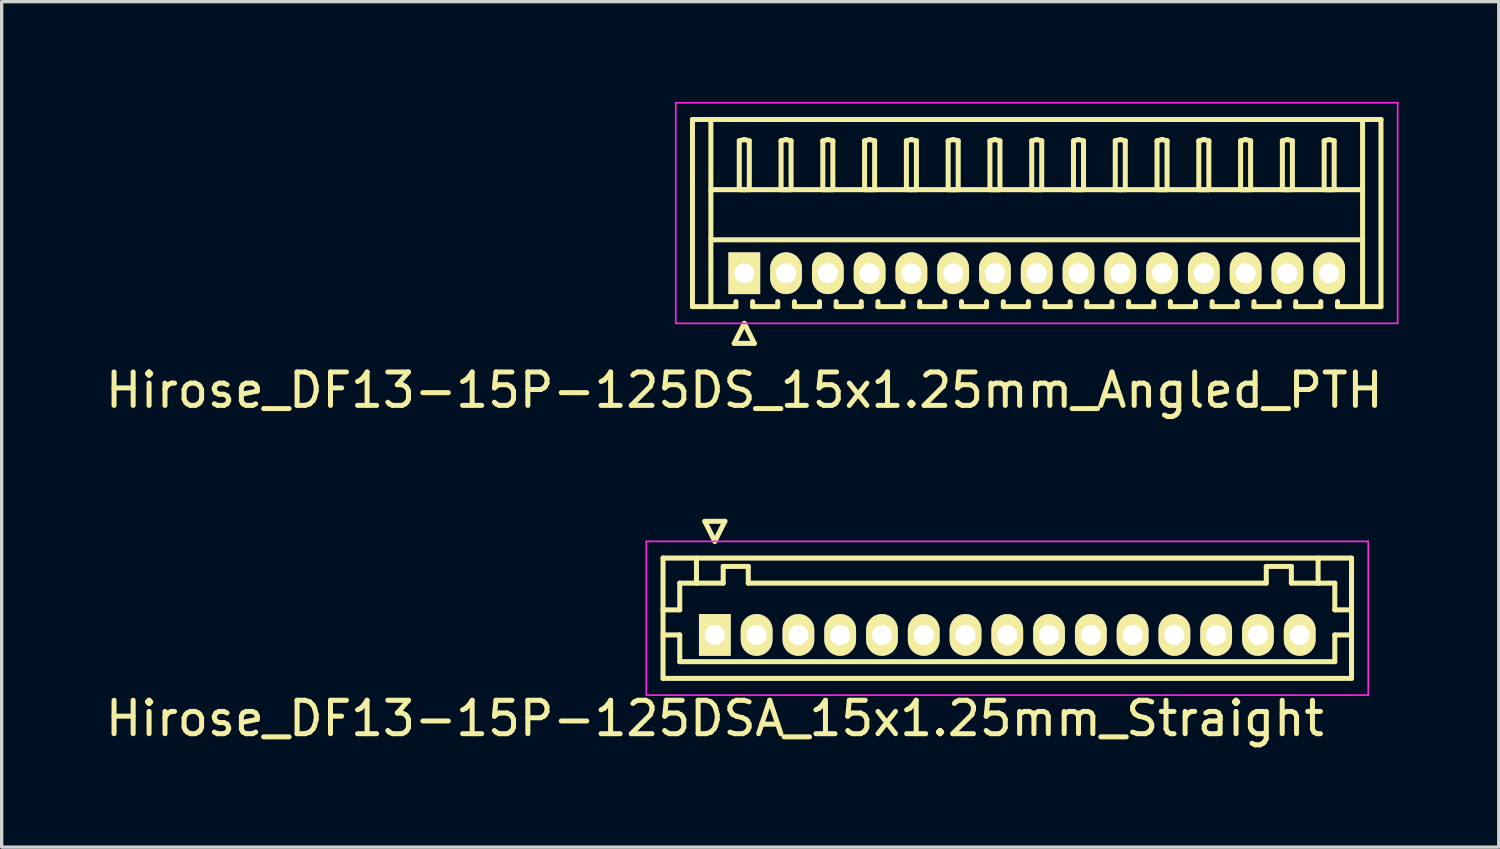
<source format=kicad_pcb>
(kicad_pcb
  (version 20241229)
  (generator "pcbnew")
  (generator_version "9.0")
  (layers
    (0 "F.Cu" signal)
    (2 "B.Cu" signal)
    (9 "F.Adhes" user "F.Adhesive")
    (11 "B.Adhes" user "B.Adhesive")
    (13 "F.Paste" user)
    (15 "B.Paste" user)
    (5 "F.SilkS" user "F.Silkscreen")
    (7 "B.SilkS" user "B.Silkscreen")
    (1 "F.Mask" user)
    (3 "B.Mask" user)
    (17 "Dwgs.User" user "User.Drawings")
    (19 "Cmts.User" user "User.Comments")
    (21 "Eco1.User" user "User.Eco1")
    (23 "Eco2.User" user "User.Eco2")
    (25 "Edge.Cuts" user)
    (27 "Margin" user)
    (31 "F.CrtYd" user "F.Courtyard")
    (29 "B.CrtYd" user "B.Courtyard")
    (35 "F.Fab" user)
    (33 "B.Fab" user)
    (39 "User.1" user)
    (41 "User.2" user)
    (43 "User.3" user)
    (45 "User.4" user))
  (footprint "Hirose_DF13-15P-125DSA_15x1.25mm_Straight"
    (layer "F.Cu")
    (at 18.339 15.948)
    (property "Reference" "Hirose_DF13-15P-125DSA_15x1.25mm_Straight" (at 0 2.5 0) (layer "F.SilkS") (effects (font (size 1 1) (thickness 0.15))))
    (attr through_hole)
    (fp_line (start -1.55 -2.3) (end -1.55 1.3) (stroke (width 0.15) (type solid)) (layer "F.SilkS"))
    (fp_line (start -1.55 -0.75) (end -1.05 -0.75) (stroke (width 0.15) (type solid)) (layer "F.SilkS"))
    (fp_line (start -1.55 0) (end -1.05 0) (stroke (width 0.15) (type solid)) (layer "F.SilkS"))
    (fp_line (start -1.55 1.3) (end 19.05 1.3) (stroke (width 0.15) (type solid)) (layer "F.SilkS"))
    (fp_line (start -1.05 -1.55) (end -0.55 -1.55) (stroke (width 0.15) (type solid)) (layer "F.SilkS"))
    (fp_line (start -1.05 -0.75) (end -1.05 -1.55) (stroke (width 0.15) (type solid)) (layer "F.SilkS"))
    (fp_line (start -1.05 0) (end -1.05 0.8) (stroke (width 0.15) (type solid)) (layer "F.SilkS"))
    (fp_line (start -1.05 0.8) (end 18.55 0.8) (stroke (width 0.15) (type solid)) (layer "F.SilkS"))
    (fp_line (start -0.55 -1.55) (end -0.55 -2.3) (stroke (width 0.15) (type solid)) (layer "F.SilkS"))
    (fp_line (start -0.55 -1.55) (end 0.25 -1.55) (stroke (width 0.15) (type solid)) (layer "F.SilkS"))
    (fp_line (start -0.3 -3.4) (end 0.3 -3.4) (stroke (width 0.15) (type solid)) (layer "F.SilkS"))
    (fp_line (start 0 -2.8) (end -0.3 -3.4) (stroke (width 0.15) (type solid)) (layer "F.SilkS"))
    (fp_line (start 0.25 -2.05) (end 1 -2.05) (stroke (width 0.15) (type solid)) (layer "F.SilkS"))
    (fp_line (start 0.25 -1.55) (end 0.25 -2.05) (stroke (width 0.15) (type solid)) (layer "F.SilkS"))
    (fp_line (start 0.3 -3.4) (end 0 -2.8) (stroke (width 0.15) (type solid)) (layer "F.SilkS"))
    (fp_line (start 1 -2.05) (end 1 -1.55) (stroke (width 0.15) (type solid)) (layer "F.SilkS"))
    (fp_line (start 1 -1.55) (end 16.5 -1.55) (stroke (width 0.15) (type solid)) (layer "F.SilkS"))
    (fp_line (start 16.5 -2.05) (end 17.25 -2.05) (stroke (width 0.15) (type solid)) (layer "F.SilkS"))
    (fp_line (start 16.5 -1.55) (end 16.5 -2.05) (stroke (width 0.15) (type solid)) (layer "F.SilkS"))
    (fp_line (start 17.25 -2.05) (end 17.25 -1.55) (stroke (width 0.15) (type solid)) (layer "F.SilkS"))
    (fp_line (start 17.25 -1.55) (end 18.05 -1.55) (stroke (width 0.15) (type solid)) (layer "F.SilkS"))
    (fp_line (start 18.05 -1.55) (end 18.05 -2.3) (stroke (width 0.15) (type solid)) (layer "F.SilkS"))
    (fp_line (start 18.55 -1.55) (end 18.05 -1.55) (stroke (width 0.15) (type solid)) (layer "F.SilkS"))
    (fp_line (start 18.55 -0.75) (end 18.55 -1.55) (stroke (width 0.15) (type solid)) (layer "F.SilkS"))
    (fp_line (start 18.55 0) (end 19.05 0) (stroke (width 0.15) (type solid)) (layer "F.SilkS"))
    (fp_line (start 18.55 0.8) (end 18.55 0) (stroke (width 0.15) (type solid)) (layer "F.SilkS"))
    (fp_line (start 19.05 -2.3) (end -1.55 -2.3) (stroke (width 0.15) (type solid)) (layer "F.SilkS"))
    (fp_line (start 19.05 -0.75) (end 18.55 -0.75) (stroke (width 0.15) (type solid)) (layer "F.SilkS"))
    (fp_line (start 19.05 1.3) (end 19.05 -2.3) (stroke (width 0.15) (type solid)) (layer "F.SilkS"))
    (fp_line (start -2.05 -2.8) (end -2.05 1.8) (stroke (width 0.05) (type solid)) (layer "F.CrtYd"))
    (fp_line (start -2.05 1.8) (end 19.55 1.8) (stroke (width 0.05) (type solid)) (layer "F.CrtYd"))
    (fp_line (start 19.55 -2.8) (end -2.05 -2.8) (stroke (width 0.05) (type solid)) (layer "F.CrtYd"))
    (fp_line (start 19.55 1.8) (end 19.55 -2.8) (stroke (width 0.05) (type solid)) (layer "F.CrtYd"))
    (pad "1" thru_hole rect (at 0 0) (size 0.95 1.25) (drill 0.6) (layers "*.Cu" "*.Mask" "F.SilkS"))
    (pad "2" thru_hole oval (at 1.25 0) (size 0.95 1.25) (drill 0.6) (layers "*.Cu" "*.Mask" "F.SilkS"))
    (pad "3" thru_hole oval (at 2.5 0) (size 0.95 1.25) (drill 0.6) (layers "*.Cu" "*.Mask" "F.SilkS"))
    (pad "4" thru_hole oval (at 3.75 0) (size 0.95 1.25) (drill 0.6) (layers "*.Cu" "*.Mask" "F.SilkS"))
    (pad "5" thru_hole oval (at 5 0) (size 0.95 1.25) (drill 0.6) (layers "*.Cu" "*.Mask" "F.SilkS"))
    (pad "6" thru_hole oval (at 6.25 0) (size 0.95 1.25) (drill 0.6) (layers "*.Cu" "*.Mask" "F.SilkS"))
    (pad "7" thru_hole oval (at 7.5 0) (size 0.95 1.25) (drill 0.6) (layers "*.Cu" "*.Mask" "F.SilkS"))
    (pad "8" thru_hole oval (at 8.75 0) (size 0.95 1.25) (drill 0.6) (layers "*.Cu" "*.Mask" "F.SilkS"))
    (pad "9" thru_hole oval (at 10 0) (size 0.95 1.25) (drill 0.6) (layers "*.Cu" "*.Mask" "F.SilkS"))
    (pad "10" thru_hole oval (at 11.25 0) (size 0.95 1.25) (drill 0.6) (layers "*.Cu" "*.Mask" "F.SilkS"))
    (pad "11" thru_hole oval (at 12.5 0) (size 0.95 1.25) (drill 0.6) (layers "*.Cu" "*.Mask" "F.SilkS"))
    (pad "12" thru_hole oval (at 13.75 0) (size 0.95 1.25) (drill 0.6) (layers "*.Cu" "*.Mask" "F.SilkS"))
    (pad "13" thru_hole oval (at 15 0) (size 0.95 1.25) (drill 0.6) (layers "*.Cu" "*.Mask" "F.SilkS"))
    (pad "14" thru_hole oval (at 16.25 0) (size 0.95 1.25) (drill 0.6) (layers "*.Cu" "*.Mask" "F.SilkS"))
    (pad "15" thru_hole oval (at 17.5 0) (size 0.95 1.25) (drill 0.6) (layers "*.Cu" "*.Mask" "F.SilkS")))
  (footprint "Hirose_DF13-15P-125DS_15x1.25mm_Angled_PTH"
    (layer "F.Cu")
    (at 19.22 5.125)
    (property "Reference" "Hirose_DF13-15P-125DS_15x1.25mm_Angled_PTH" (at 0 3.5 0) (layer "F.SilkS") (effects (font (size 1 1) (thickness 0.15))))
    (attr through_hole)
    (fp_line (start -1.55 -4.6) (end 19.05 -4.6) (stroke (width 0.15) (type solid)) (layer "F.SilkS"))
    (fp_line (start -1.55 1) (end -1.55 -4.6) (stroke (width 0.15) (type solid)) (layer "F.SilkS"))
    (fp_line (start -1 -4.6) (end -1 1) (stroke (width 0.15) (type solid)) (layer "F.SilkS"))
    (fp_line (start -1 -2.5) (end 18.5 -2.5) (stroke (width 0.15) (type solid)) (layer "F.SilkS"))
    (fp_line (start -1 -1) (end 18.5 -1) (stroke (width 0.15) (type solid)) (layer "F.SilkS"))
    (fp_line (start -0.3 2.1) (end 0.3 2.1) (stroke (width 0.15) (type solid)) (layer "F.SilkS"))
    (fp_line (start -0.25 0.85) (end -0.25 1) (stroke (width 0.15) (type solid)) (layer "F.SilkS"))
    (fp_line (start -0.25 1) (end -1.55 1) (stroke (width 0.15) (type solid)) (layer "F.SilkS"))
    (fp_line (start -0.15 -3.962) (end 0 -4) (stroke (width 0.15) (type solid)) (layer "F.SilkS"))
    (fp_line (start -0.15 -2.5) (end -0.15 -3.962) (stroke (width 0.15) (type solid)) (layer "F.SilkS"))
    (fp_line (start 0 -4) (end 0.15 -3.962) (stroke (width 0.15) (type solid)) (layer "F.SilkS"))
    (fp_line (start 0 -2.5) (end -0.15 -2.5) (stroke (width 0.15) (type solid)) (layer "F.SilkS"))
    (fp_line (start 0 1.5) (end -0.3 2.1) (stroke (width 0.15) (type solid)) (layer "F.SilkS"))
    (fp_line (start 0.15 -3.962) (end 0.15 -2.5) (stroke (width 0.15) (type solid)) (layer "F.SilkS"))
    (fp_line (start 0.15 -2.5) (end 0 -2.5) (stroke (width 0.15) (type solid)) (layer "F.SilkS"))
    (fp_line (start 0.25 0.85) (end 0.25 1) (stroke (width 0.15) (type solid)) (layer "F.SilkS"))
    (fp_line (start 0.25 1) (end 1 1) (stroke (width 0.15) (type solid)) (layer "F.SilkS"))
    (fp_line (start 0.3 2.1) (end 0 1.5) (stroke (width 0.15) (type solid)) (layer "F.SilkS"))
    (fp_line (start 1 1) (end 1 0.85) (stroke (width 0.15) (type solid)) (layer "F.SilkS"))
    (fp_line (start 1.1 -3.962) (end 1.25 -4) (stroke (width 0.15) (type solid)) (layer "F.SilkS"))
    (fp_line (start 1.1 -2.5) (end 1.1 -3.962) (stroke (width 0.15) (type solid)) (layer "F.SilkS"))
    (fp_line (start 1.25 -4) (end 1.4 -3.962) (stroke (width 0.15) (type solid)) (layer "F.SilkS"))
    (fp_line (start 1.25 -2.5) (end 1.1 -2.5) (stroke (width 0.15) (type solid)) (layer "F.SilkS"))
    (fp_line (start 1.4 -3.962) (end 1.4 -2.5) (stroke (width 0.15) (type solid)) (layer "F.SilkS"))
    (fp_line (start 1.4 -2.5) (end 1.25 -2.5) (stroke (width 0.15) (type solid)) (layer "F.SilkS"))
    (fp_line (start 1.5 0.85) (end 1.5 1) (stroke (width 0.15) (type solid)) (layer "F.SilkS"))
    (fp_line (start 1.5 1) (end 2.25 1) (stroke (width 0.15) (type solid)) (layer "F.SilkS"))
    (fp_line (start 2.25 1) (end 2.25 0.85) (stroke (width 0.15) (type solid)) (layer "F.SilkS"))
    (fp_line (start 2.35 -3.962) (end 2.5 -4) (stroke (width 0.15) (type solid)) (layer "F.SilkS"))
    (fp_line (start 2.35 -2.5) (end 2.35 -3.962) (stroke (width 0.15) (type solid)) (layer "F.SilkS"))
    (fp_line (start 2.5 -4) (end 2.65 -3.962) (stroke (width 0.15) (type solid)) (layer "F.SilkS"))
    (fp_line (start 2.5 -2.5) (end 2.35 -2.5) (stroke (width 0.15) (type solid)) (layer "F.SilkS"))
    (fp_line (start 2.65 -3.962) (end 2.65 -2.5) (stroke (width 0.15) (type solid)) (layer "F.SilkS"))
    (fp_line (start 2.65 -2.5) (end 2.5 -2.5) (stroke (width 0.15) (type solid)) (layer "F.SilkS"))
    (fp_line (start 2.75 0.85) (end 2.75 1) (stroke (width 0.15) (type solid)) (layer "F.SilkS"))
    (fp_line (start 2.75 1) (end 3.5 1) (stroke (width 0.15) (type solid)) (layer "F.SilkS"))
    (fp_line (start 3.5 1) (end 3.5 0.85) (stroke (width 0.15) (type solid)) (layer "F.SilkS"))
    (fp_line (start 3.6 -3.962) (end 3.75 -4) (stroke (width 0.15) (type solid)) (layer "F.SilkS"))
    (fp_line (start 3.6 -2.5) (end 3.6 -3.962) (stroke (width 0.15) (type solid)) (layer "F.SilkS"))
    (fp_line (start 3.75 -4) (end 3.9 -3.962) (stroke (width 0.15) (type solid)) (layer "F.SilkS"))
    (fp_line (start 3.75 -2.5) (end 3.6 -2.5) (stroke (width 0.15) (type solid)) (layer "F.SilkS"))
    (fp_line (start 3.9 -3.962) (end 3.9 -2.5) (stroke (width 0.15) (type solid)) (layer "F.SilkS"))
    (fp_line (start 3.9 -2.5) (end 3.75 -2.5) (stroke (width 0.15) (type solid)) (layer "F.SilkS"))
    (fp_line (start 4 0.85) (end 4 1) (stroke (width 0.15) (type solid)) (layer "F.SilkS"))
    (fp_line (start 4 1) (end 4.75 1) (stroke (width 0.15) (type solid)) (layer "F.SilkS"))
    (fp_line (start 4.75 1) (end 4.75 0.85) (stroke (width 0.15) (type solid)) (layer "F.SilkS"))
    (fp_line (start 4.85 -3.962) (end 5 -4) (stroke (width 0.15) (type solid)) (layer "F.SilkS"))
    (fp_line (start 4.85 -2.5) (end 4.85 -3.962) (stroke (width 0.15) (type solid)) (layer "F.SilkS"))
    (fp_line (start 5 -4) (end 5.15 -3.962) (stroke (width 0.15) (type solid)) (layer "F.SilkS"))
    (fp_line (start 5 -2.5) (end 4.85 -2.5) (stroke (width 0.15) (type solid)) (layer "F.SilkS"))
    (fp_line (start 5.15 -3.962) (end 5.15 -2.5) (stroke (width 0.15) (type solid)) (layer "F.SilkS"))
    (fp_line (start 5.15 -2.5) (end 5 -2.5) (stroke (width 0.15) (type solid)) (layer "F.SilkS"))
    (fp_line (start 5.25 0.85) (end 5.25 1) (stroke (width 0.15) (type solid)) (layer "F.SilkS"))
    (fp_line (start 5.25 1) (end 6 1) (stroke (width 0.15) (type solid)) (layer "F.SilkS"))
    (fp_line (start 6 1) (end 6 0.85) (stroke (width 0.15) (type solid)) (layer "F.SilkS"))
    (fp_line (start 6.1 -3.962) (end 6.25 -4) (stroke (width 0.15) (type solid)) (layer "F.SilkS"))
    (fp_line (start 6.1 -2.5) (end 6.1 -3.962) (stroke (width 0.15) (type solid)) (layer "F.SilkS"))
    (fp_line (start 6.25 -4) (end 6.4 -3.962) (stroke (width 0.15) (type solid)) (layer "F.SilkS"))
    (fp_line (start 6.25 -2.5) (end 6.1 -2.5) (stroke (width 0.15) (type solid)) (layer "F.SilkS"))
    (fp_line (start 6.4 -3.962) (end 6.4 -2.5) (stroke (width 0.15) (type solid)) (layer "F.SilkS"))
    (fp_line (start 6.4 -2.5) (end 6.25 -2.5) (stroke (width 0.15) (type solid)) (layer "F.SilkS"))
    (fp_line (start 6.5 0.85) (end 6.5 1) (stroke (width 0.15) (type solid)) (layer "F.SilkS"))
    (fp_line (start 6.5 1) (end 7.25 1) (stroke (width 0.15) (type solid)) (layer "F.SilkS"))
    (fp_line (start 7.25 1) (end 7.25 0.85) (stroke (width 0.15) (type solid)) (layer "F.SilkS"))
    (fp_line (start 7.35 -3.962) (end 7.5 -4) (stroke (width 0.15) (type solid)) (layer "F.SilkS"))
    (fp_line (start 7.35 -2.5) (end 7.35 -3.962) (stroke (width 0.15) (type solid)) (layer "F.SilkS"))
    (fp_line (start 7.5 -4) (end 7.65 -3.962) (stroke (width 0.15) (type solid)) (layer "F.SilkS"))
    (fp_line (start 7.5 -2.5) (end 7.35 -2.5) (stroke (width 0.15) (type solid)) (layer "F.SilkS"))
    (fp_line (start 7.65 -3.962) (end 7.65 -2.5) (stroke (width 0.15) (type solid)) (layer "F.SilkS"))
    (fp_line (start 7.65 -2.5) (end 7.5 -2.5) (stroke (width 0.15) (type solid)) (layer "F.SilkS"))
    (fp_line (start 7.75 0.85) (end 7.75 1) (stroke (width 0.15) (type solid)) (layer "F.SilkS"))
    (fp_line (start 7.75 1) (end 8.5 1) (stroke (width 0.15) (type solid)) (layer "F.SilkS"))
    (fp_line (start 8.5 1) (end 8.5 0.85) (stroke (width 0.15) (type solid)) (layer "F.SilkS"))
    (fp_line (start 8.6 -3.962) (end 8.75 -4) (stroke (width 0.15) (type solid)) (layer "F.SilkS"))
    (fp_line (start 8.6 -2.5) (end 8.6 -3.962) (stroke (width 0.15) (type solid)) (layer "F.SilkS"))
    (fp_line (start 8.75 -4) (end 8.9 -3.962) (stroke (width 0.15) (type solid)) (layer "F.SilkS"))
    (fp_line (start 8.75 -2.5) (end 8.6 -2.5) (stroke (width 0.15) (type solid)) (layer "F.SilkS"))
    (fp_line (start 8.9 -3.962) (end 8.9 -2.5) (stroke (width 0.15) (type solid)) (layer "F.SilkS"))
    (fp_line (start 8.9 -2.5) (end 8.75 -2.5) (stroke (width 0.15) (type solid)) (layer "F.SilkS"))
    (fp_line (start 9 0.85) (end 9 1) (stroke (width 0.15) (type solid)) (layer "F.SilkS"))
    (fp_line (start 9 1) (end 9.75 1) (stroke (width 0.15) (type solid)) (layer "F.SilkS"))
    (fp_line (start 9.75 1) (end 9.75 0.85) (stroke (width 0.15) (type solid)) (layer "F.SilkS"))
    (fp_line (start 9.85 -3.962) (end 10 -4) (stroke (width 0.15) (type solid)) (layer "F.SilkS"))
    (fp_line (start 9.85 -2.5) (end 9.85 -3.962) (stroke (width 0.15) (type solid)) (layer "F.SilkS"))
    (fp_line (start 10 -4) (end 10.15 -3.962) (stroke (width 0.15) (type solid)) (layer "F.SilkS"))
    (fp_line (start 10 -2.5) (end 9.85 -2.5) (stroke (width 0.15) (type solid)) (layer "F.SilkS"))
    (fp_line (start 10.15 -3.962) (end 10.15 -2.5) (stroke (width 0.15) (type solid)) (layer "F.SilkS"))
    (fp_line (start 10.15 -2.5) (end 10 -2.5) (stroke (width 0.15) (type solid)) (layer "F.SilkS"))
    (fp_line (start 10.25 0.85) (end 10.25 1) (stroke (width 0.15) (type solid)) (layer "F.SilkS"))
    (fp_line (start 10.25 1) (end 11 1) (stroke (width 0.15) (type solid)) (layer "F.SilkS"))
    (fp_line (start 11 1) (end 11 0.85) (stroke (width 0.15) (type solid)) (layer "F.SilkS"))
    (fp_line (start 11.1 -3.962) (end 11.25 -4) (stroke (width 0.15) (type solid)) (layer "F.SilkS"))
    (fp_line (start 11.1 -2.5) (end 11.1 -3.962) (stroke (width 0.15) (type solid)) (layer "F.SilkS"))
    (fp_line (start 11.25 -4) (end 11.4 -3.962) (stroke (width 0.15) (type solid)) (layer "F.SilkS"))
    (fp_line (start 11.25 -2.5) (end 11.1 -2.5) (stroke (width 0.15) (type solid)) (layer "F.SilkS"))
    (fp_line (start 11.4 -3.962) (end 11.4 -2.5) (stroke (width 0.15) (type solid)) (layer "F.SilkS"))
    (fp_line (start 11.4 -2.5) (end 11.25 -2.5) (stroke (width 0.15) (type solid)) (layer "F.SilkS"))
    (fp_line (start 11.5 0.85) (end 11.5 1) (stroke (width 0.15) (type solid)) (layer "F.SilkS"))
    (fp_line (start 11.5 1) (end 12.25 1) (stroke (width 0.15) (type solid)) (layer "F.SilkS"))
    (fp_line (start 12.25 1) (end 12.25 0.85) (stroke (width 0.15) (type solid)) (layer "F.SilkS"))
    (fp_line (start 12.35 -3.962) (end 12.5 -4) (stroke (width 0.15) (type solid)) (layer "F.SilkS"))
    (fp_line (start 12.35 -2.5) (end 12.35 -3.962) (stroke (width 0.15) (type solid)) (layer "F.SilkS"))
    (fp_line (start 12.5 -4) (end 12.65 -3.962) (stroke (width 0.15) (type solid)) (layer "F.SilkS"))
    (fp_line (start 12.5 -2.5) (end 12.35 -2.5) (stroke (width 0.15) (type solid)) (layer "F.SilkS"))
    (fp_line (start 12.65 -3.962) (end 12.65 -2.5) (stroke (width 0.15) (type solid)) (layer "F.SilkS"))
    (fp_line (start 12.65 -2.5) (end 12.5 -2.5) (stroke (width 0.15) (type solid)) (layer "F.SilkS"))
    (fp_line (start 12.75 0.85) (end 12.75 1) (stroke (width 0.15) (type solid)) (layer "F.SilkS"))
    (fp_line (start 12.75 1) (end 13.5 1) (stroke (width 0.15) (type solid)) (layer "F.SilkS"))
    (fp_line (start 13.5 1) (end 13.5 0.85) (stroke (width 0.15) (type solid)) (layer "F.SilkS"))
    (fp_line (start 13.6 -3.962) (end 13.75 -4) (stroke (width 0.15) (type solid)) (layer "F.SilkS"))
    (fp_line (start 13.6 -2.5) (end 13.6 -3.962) (stroke (width 0.15) (type solid)) (layer "F.SilkS"))
    (fp_line (start 13.75 -4) (end 13.9 -3.962) (stroke (width 0.15) (type solid)) (layer "F.SilkS"))
    (fp_line (start 13.75 -2.5) (end 13.6 -2.5) (stroke (width 0.15) (type solid)) (layer "F.SilkS"))
    (fp_line (start 13.9 -3.962) (end 13.9 -2.5) (stroke (width 0.15) (type solid)) (layer "F.SilkS"))
    (fp_line (start 13.9 -2.5) (end 13.75 -2.5) (stroke (width 0.15) (type solid)) (layer "F.SilkS"))
    (fp_line (start 14 0.85) (end 14 1) (stroke (width 0.15) (type solid)) (layer "F.SilkS"))
    (fp_line (start 14 1) (end 14.75 1) (stroke (width 0.15) (type solid)) (layer "F.SilkS"))
    (fp_line (start 14.75 1) (end 14.75 0.85) (stroke (width 0.15) (type solid)) (layer "F.SilkS"))
    (fp_line (start 14.85 -3.962) (end 15 -4) (stroke (width 0.15) (type solid)) (layer "F.SilkS"))
    (fp_line (start 14.85 -2.5) (end 14.85 -3.962) (stroke (width 0.15) (type solid)) (layer "F.SilkS"))
    (fp_line (start 15 -4) (end 15.15 -3.962) (stroke (width 0.15) (type solid)) (layer "F.SilkS"))
    (fp_line (start 15 -2.5) (end 14.85 -2.5) (stroke (width 0.15) (type solid)) (layer "F.SilkS"))
    (fp_line (start 15.15 -3.962) (end 15.15 -2.5) (stroke (width 0.15) (type solid)) (layer "F.SilkS"))
    (fp_line (start 15.15 -2.5) (end 15 -2.5) (stroke (width 0.15) (type solid)) (layer "F.SilkS"))
    (fp_line (start 15.25 0.85) (end 15.25 1) (stroke (width 0.15) (type solid)) (layer "F.SilkS"))
    (fp_line (start 15.25 1) (end 16 1) (stroke (width 0.15) (type solid)) (layer "F.SilkS"))
    (fp_line (start 16 1) (end 16 0.85) (stroke (width 0.15) (type solid)) (layer "F.SilkS"))
    (fp_line (start 16.1 -3.962) (end 16.25 -4) (stroke (width 0.15) (type solid)) (layer "F.SilkS"))
    (fp_line (start 16.1 -2.5) (end 16.1 -3.962) (stroke (width 0.15) (type solid)) (layer "F.SilkS"))
    (fp_line (start 16.25 -4) (end 16.4 -3.962) (stroke (width 0.15) (type solid)) (layer "F.SilkS"))
    (fp_line (start 16.25 -2.5) (end 16.1 -2.5) (stroke (width 0.15) (type solid)) (layer "F.SilkS"))
    (fp_line (start 16.4 -3.962) (end 16.4 -2.5) (stroke (width 0.15) (type solid)) (layer "F.SilkS"))
    (fp_line (start 16.4 -2.5) (end 16.25 -2.5) (stroke (width 0.15) (type solid)) (layer "F.SilkS"))
    (fp_line (start 16.5 0.85) (end 16.5 1) (stroke (width 0.15) (type solid)) (layer "F.SilkS"))
    (fp_line (start 16.5 1) (end 17.25 1) (stroke (width 0.15) (type solid)) (layer "F.SilkS"))
    (fp_line (start 17.25 1) (end 17.25 0.85) (stroke (width 0.15) (type solid)) (layer "F.SilkS"))
    (fp_line (start 17.35 -3.962) (end 17.5 -4) (stroke (width 0.15) (type solid)) (layer "F.SilkS"))
    (fp_line (start 17.35 -2.5) (end 17.35 -3.962) (stroke (width 0.15) (type solid)) (layer "F.SilkS"))
    (fp_line (start 17.5 -4) (end 17.65 -3.962) (stroke (width 0.15) (type solid)) (layer "F.SilkS"))
    (fp_line (start 17.5 -2.5) (end 17.35 -2.5) (stroke (width 0.15) (type solid)) (layer "F.SilkS"))
    (fp_line (start 17.65 -3.962) (end 17.65 -2.5) (stroke (width 0.15) (type solid)) (layer "F.SilkS"))
    (fp_line (start 17.65 -2.5) (end 17.5 -2.5) (stroke (width 0.15) (type solid)) (layer "F.SilkS"))
    (fp_line (start 17.75 1) (end 17.75 0.85) (stroke (width 0.15) (type solid)) (layer "F.SilkS"))
    (fp_line (start 18.5 -4.6) (end 18.5 1) (stroke (width 0.15) (type solid)) (layer "F.SilkS"))
    (fp_line (start 19.05 -4.6) (end 19.05 1) (stroke (width 0.15) (type solid)) (layer "F.SilkS"))
    (fp_line (start 19.05 1) (end 17.75 1) (stroke (width 0.15) (type solid)) (layer "F.SilkS"))
    (fp_line (start -2.05 -5.1) (end -2.05 1.5) (stroke (width 0.05) (type solid)) (layer "F.CrtYd"))
    (fp_line (start -2.05 1.5) (end 19.55 1.5) (stroke (width 0.05) (type solid)) (layer "F.CrtYd"))
    (fp_line (start 19.55 -5.1) (end -2.05 -5.1) (stroke (width 0.05) (type solid)) (layer "F.CrtYd"))
    (fp_line (start 19.55 1.5) (end 19.55 -5.1) (stroke (width 0.05) (type solid)) (layer "F.CrtYd"))
    (pad "1" thru_hole rect (at 0 0) (size 0.95 1.25) (drill 0.6) (layers "*.Cu" "*.Mask" "F.SilkS"))
    (pad "2" thru_hole oval (at 1.25 0) (size 0.95 1.25) (drill 0.6) (layers "*.Cu" "*.Mask" "F.SilkS"))
    (pad "3" thru_hole oval (at 2.5 0) (size 0.95 1.25) (drill 0.6) (layers "*.Cu" "*.Mask" "F.SilkS"))
    (pad "4" thru_hole oval (at 3.75 0) (size 0.95 1.25) (drill 0.6) (layers "*.Cu" "*.Mask" "F.SilkS"))
    (pad "5" thru_hole oval (at 5 0) (size 0.95 1.25) (drill 0.6) (layers "*.Cu" "*.Mask" "F.SilkS"))
    (pad "6" thru_hole oval (at 6.25 0) (size 0.95 1.25) (drill 0.6) (layers "*.Cu" "*.Mask" "F.SilkS"))
    (pad "7" thru_hole oval (at 7.5 0) (size 0.95 1.25) (drill 0.6) (layers "*.Cu" "*.Mask" "F.SilkS"))
    (pad "8" thru_hole oval (at 8.75 0) (size 0.95 1.25) (drill 0.6) (layers "*.Cu" "*.Mask" "F.SilkS"))
    (pad "9" thru_hole oval (at 10 0) (size 0.95 1.25) (drill 0.6) (layers "*.Cu" "*.Mask" "F.SilkS"))
    (pad "10" thru_hole oval (at 11.25 0) (size 0.95 1.25) (drill 0.6) (layers "*.Cu" "*.Mask" "F.SilkS"))
    (pad "11" thru_hole oval (at 12.5 0) (size 0.95 1.25) (drill 0.6) (layers "*.Cu" "*.Mask" "F.SilkS"))
    (pad "12" thru_hole oval (at 13.75 0) (size 0.95 1.25) (drill 0.6) (layers "*.Cu" "*.Mask" "F.SilkS"))
    (pad "13" thru_hole oval (at 15 0) (size 0.95 1.25) (drill 0.6) (layers "*.Cu" "*.Mask" "F.SilkS"))
    (pad "14" thru_hole oval (at 16.25 0) (size 0.95 1.25) (drill 0.6) (layers "*.Cu" "*.Mask" "F.SilkS"))
    (pad "15" thru_hole oval (at 17.5 0) (size 0.95 1.25) (drill 0.6) (layers "*.Cu" "*.Mask" "F.SilkS")))
  (gr_rect
    (start -3 -3)
    (end 41.795 22.297)
    (stroke (width 0.1) (type default))
    (fill no)
    (layer "Edge.Cuts")))
</source>
